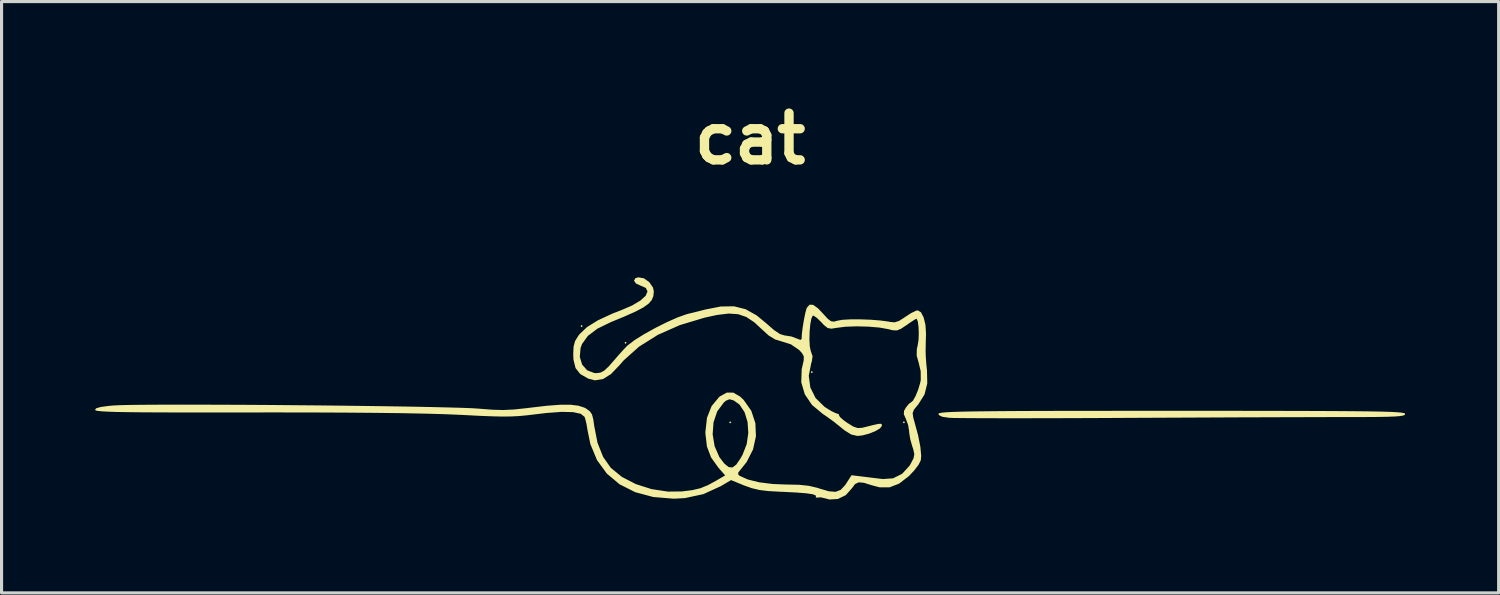
<source format=kicad_pcb>
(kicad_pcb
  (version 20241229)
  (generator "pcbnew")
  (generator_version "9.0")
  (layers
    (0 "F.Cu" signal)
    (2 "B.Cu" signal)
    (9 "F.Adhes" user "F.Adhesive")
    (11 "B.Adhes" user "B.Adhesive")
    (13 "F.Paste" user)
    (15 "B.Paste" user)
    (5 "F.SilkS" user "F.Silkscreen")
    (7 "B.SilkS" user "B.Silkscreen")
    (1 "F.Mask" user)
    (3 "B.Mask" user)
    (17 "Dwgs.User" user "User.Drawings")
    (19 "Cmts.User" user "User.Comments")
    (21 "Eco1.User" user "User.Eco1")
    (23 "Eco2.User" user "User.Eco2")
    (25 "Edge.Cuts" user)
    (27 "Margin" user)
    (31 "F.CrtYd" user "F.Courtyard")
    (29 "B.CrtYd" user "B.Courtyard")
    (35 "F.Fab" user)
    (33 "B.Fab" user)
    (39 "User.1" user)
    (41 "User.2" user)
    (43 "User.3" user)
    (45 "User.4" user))
  (footprint "cat"
    (layer "F.Cu")
    (at 21.032 1.404)
    (property "Reference" "cat" (at 0 0 0) (layer "F.SilkS") (effects (font (size 1.5 1.5) (thickness 0.3))))
    (attr board_only exclude_from_pos_files exclude_from_bom)
    (fp_poly (pts (xy -5.376 6.014) (xy -5.409 6.048) (xy -5.443 6.014) (xy -5.409 5.98)) (stroke (width 0) (type solid)) (fill yes) (layer "F.SilkS"))
    (fp_poly (pts (xy -3.965 6.552) (xy -3.998 6.585) (xy -4.032 6.552) (xy -3.998 6.518)) (stroke (width 0) (type solid)) (fill yes) (layer "F.SilkS"))
    (fp_poly (pts (xy -0.605 9.105) (xy -0.638 9.139) (xy -0.672 9.105) (xy -0.638 9.071)) (stroke (width 0) (type solid)) (fill yes) (layer "F.SilkS"))
    (fp_poly (pts (xy 2.016 7.492) (xy 1.982 7.526) (xy 1.949 7.492) (xy 1.982 7.459)) (stroke (width 0) (type solid)) (fill yes) (layer "F.SilkS"))
    (fp_poly (pts (xy 4.972 9.105) (xy 4.939 9.139) (xy 4.905 9.105) (xy 4.939 9.071)) (stroke (width 0) (type solid)) (fill yes) (layer "F.SilkS"))
    (fp_poly (pts (xy 14.714 8.736) (xy 15.76 8.736) (xy 16.687 8.737) (xy 17.5 8.739) (xy 18.208 8.741) (xy 18.816 8.744) (xy 19.333 8.748) (xy 19.766 8.752) (xy 20.121 8.758) (xy 20.405 8.765) (xy 20.626 8.773) (xy 20.791 8.783) (xy 20.907 8.794) (xy 20.981 8.806) (xy 21.021 8.82) (xy 21.032 8.836) (xy 21.032 8.836) (xy 21.018 8.865) (xy 20.966 8.888) (xy 20.863 8.905) (xy 20.695 8.918) (xy 20.45 8.927) (xy 20.113 8.933) (xy 19.672 8.936) (xy 19.113 8.937) (xy 18.966 8.937) (xy 18.548 8.937) (xy 18.011 8.939) (xy 17.375 8.94) (xy 16.654 8.943) (xy 15.866 8.945) (xy 15.027 8.949) (xy 14.155 8.953) (xy 13.266 8.957) (xy 12.377 8.961) (xy 11.826 8.964) (xy 11.003 8.968) (xy 10.212 8.971) (xy 9.464 8.973) (xy 8.772 8.974) (xy 8.145 8.974) (xy 7.596 8.973) (xy 7.136 8.971) (xy 6.776 8.968) (xy 6.527 8.965) (xy 6.401 8.96) (xy 6.4 8.96) (xy 6.172 8.927) (xy 6.063 8.873) (xy 6.048 8.833) (xy 6.061 8.817) (xy 6.106 8.804) (xy 6.189 8.792) (xy 6.318 8.781) (xy 6.499 8.772) (xy 6.739 8.764) (xy 7.046 8.757) (xy 7.427 8.752) (xy 7.888 8.747) (xy 8.437 8.743) (xy 9.081 8.74) (xy 9.826 8.738) (xy 10.679 8.737) (xy 11.649 8.736) (xy 12.741 8.736) (xy 13.54 8.735)) (stroke (width 0) (type solid)) (fill yes) (layer "F.SilkS"))
    (fp_poly (pts (xy -3.408 4.482) (xy -3.236 4.605) (xy -3.118 4.778) (xy -3.091 4.901) (xy -3.105 5.05) (xy -3.157 5.179) (xy -3.261 5.299) (xy -3.434 5.421) (xy -3.69 5.555) (xy -4.044 5.712) (xy -4.464 5.885) (xy -4.9 6.097) (xy -5.208 6.33) (xy -5.396 6.591) (xy -5.443 6.719) (xy -5.467 7.007) (xy -5.391 7.254) (xy -5.231 7.434) (xy -5.002 7.522) (xy -4.932 7.526) (xy -4.802 7.509) (xy -4.681 7.444) (xy -4.537 7.309) (xy -4.39 7.141) (xy -4.211 6.934) (xy -4.048 6.754) (xy -3.935 6.638) (xy -3.931 6.635) (xy -3.71 6.467) (xy -3.403 6.275) (xy -3.046 6.077) (xy -2.677 5.892) (xy -2.33 5.738) (xy -2.042 5.635) (xy -1.949 5.611) (xy -1.833 5.584) (xy -1.634 5.534) (xy -1.435 5.483) (xy -0.939 5.386) (xy -0.518 5.38) (xy -0.145 5.473) (xy 0.21 5.671) (xy 0.51 5.918) (xy 0.765 6.14) (xy 0.957 6.269) (xy 1.104 6.316) (xy 1.124 6.317) (xy 1.328 6.35) (xy 1.486 6.409) (xy 1.619 6.46) (xy 1.655 6.425) (xy 1.661 6.281) (xy 1.688 6.062) (xy 1.728 5.817) (xy 1.772 5.596) (xy 1.814 5.447) (xy 1.823 5.426) (xy 1.911 5.328) (xy 2.025 5.333) (xy 2.181 5.446) (xy 2.337 5.61) (xy 2.49 5.777) (xy 2.596 5.859) (xy 2.69 5.873) (xy 2.808 5.841) (xy 2.97 5.813) (xy 3.228 5.799) (xy 3.542 5.799) (xy 3.874 5.811) (xy 4.186 5.836) (xy 4.439 5.87) (xy 4.483 5.88) (xy 4.637 5.895) (xy 4.782 5.85) (xy 4.969 5.73) (xy 4.984 5.719) (xy 5.168 5.599) (xy 5.324 5.524) (xy 5.384 5.51) (xy 5.487 5.572) (xy 5.572 5.737) (xy 5.63 5.974) (xy 5.648 6.252) (xy 5.648 6.266) (xy 5.641 6.515) (xy 5.636 6.755) (xy 5.635 6.787) (xy 5.64 6.986) (xy 5.659 7.249) (xy 5.679 7.432) (xy 5.689 7.856) (xy 5.6 8.211) (xy 5.403 8.525) (xy 5.373 8.56) (xy 5.26 8.7) (xy 5.219 8.81) (xy 5.238 8.951) (xy 5.273 9.075) (xy 5.393 9.517) (xy 5.467 9.892) (xy 5.494 10.18) (xy 5.481 10.324) (xy 5.408 10.469) (xy 5.264 10.657) (xy 5.098 10.832) (xy 4.784 11.074) (xy 4.477 11.192) (xy 4.153 11.191) (xy 3.906 11.125) (xy 3.652 11.046) (xy 3.485 11.032) (xy 3.369 11.088) (xy 3.271 11.22) (xy 3.27 11.221) (xy 3.073 11.442) (xy 2.819 11.567) (xy 2.544 11.582) (xy 2.423 11.549) (xy 2.265 11.513) (xy 2.168 11.521) (xy 2.108 11.52) (xy 2.115 11.493) (xy 2.104 11.449) (xy 2.004 11.413) (xy 1.804 11.384) (xy 1.494 11.359) (xy 1.062 11.337) (xy 0.974 11.334) (xy 0.594 11.313) (xy 0.305 11.278) (xy 0.064 11.222) (xy -0.174 11.138) (xy -0.188 11.133) (xy -0.611 10.96) (xy -0.941 11.155) (xy -1.498 11.41) (xy -2.093 11.538) (xy -2.448 11.557) (xy -3.108 11.503) (xy -3.69 11.347) (xy -4.19 11.095) (xy -4.6 10.75) (xy -4.914 10.319) (xy -5.128 9.804) (xy -5.216 9.374) (xy -5.253 9.155) (xy -5.296 8.981) (xy -5.316 8.928) (xy -5.437 8.831) (xy -5.68 8.778) (xy -6.045 8.769) (xy -6.535 8.805) (xy -6.833 8.84) (xy -7.13 8.876) (xy -7.394 8.902) (xy -7.653 8.916) (xy -7.934 8.92) (xy -8.263 8.913) (xy -8.669 8.897) (xy -9.176 8.871) (xy -9.273 8.866) (xy -9.765 8.845) (xy -10.39 8.827) (xy -11.146 8.812) (xy -12.031 8.801) (xy -13.044 8.793) (xy -14.183 8.788) (xy -15.447 8.787) (xy -15.942 8.788) (xy -16.91 8.789) (xy -17.751 8.789) (xy -18.475 8.788) (xy -19.089 8.786) (xy -19.601 8.783) (xy -20.02 8.778) (xy -20.353 8.772) (xy -20.61 8.763) (xy -20.798 8.753) (xy -20.925 8.741) (xy -21 8.727) (xy -21.03 8.71) (xy -21.032 8.704) (xy -20.989 8.653) (xy -20.847 8.612) (xy -20.593 8.578) (xy -20.449 8.565) (xy -20.253 8.555) (xy -19.936 8.547) (xy -19.512 8.542) (xy -18.992 8.539) (xy -18.392 8.537) (xy -17.724 8.538) (xy -17.002 8.54) (xy -16.238 8.543) (xy -15.446 8.548) (xy -14.64 8.555) (xy -13.833 8.562) (xy -13.038 8.571) (xy -12.268 8.581) (xy -11.538 8.591) (xy -10.859 8.602) (xy -10.245 8.614) (xy -9.711 8.627) (xy -9.268 8.639) (xy -8.93 8.652) (xy -8.712 8.666) (xy -8.697 8.667) (xy -8.278 8.7) (xy -7.93 8.71) (xy -7.592 8.694) (xy -7.202 8.653) (xy -7.087 8.639) (xy -6.537 8.574) (xy -6.101 8.541) (xy -5.763 8.54) (xy -5.507 8.572) (xy -5.316 8.635) (xy -5.265 8.663) (xy -5.146 8.749) (xy -5.075 8.852) (xy -5.033 9.015) (xy -5.005 9.217) (xy -4.899 9.76) (xy -4.718 10.216) (xy -4.472 10.566) (xy -4.116 10.857) (xy -3.669 11.088) (xy -3.165 11.249) (xy -2.638 11.329) (xy -2.192 11.324) (xy -1.856 11.282) (xy -1.596 11.221) (xy -1.354 11.122) (xy -1.089 10.978) (xy -0.8 10.809) (xy -1.013 10.567) (xy -1.252 10.234) (xy -1.386 9.881) (xy -1.431 9.489) (xy -1.202 9.489) (xy -1.139 9.872) (xy -0.985 10.223) (xy -0.828 10.428) (xy -0.689 10.541) (xy -0.567 10.556) (xy -0.445 10.464) (xy -0.304 10.257) (xy -0.242 10.147) (xy -0.109 9.805) (xy -0.057 9.445) (xy -0.081 9.093) (xy -0.177 8.78) (xy -0.34 8.535) (xy -0.522 8.404) (xy -0.659 8.364) (xy -0.774 8.41) (xy -0.846 8.472) (xy -1.056 8.756) (xy -1.174 9.106) (xy -1.202 9.489) (xy -1.431 9.489) (xy -1.434 9.461) (xy -1.434 9.407) (xy -1.384 8.96) (xy -1.236 8.584) (xy -0.996 8.295) (xy -0.967 8.271) (xy -0.747 8.15) (xy -0.537 8.152) (xy -0.319 8.279) (xy -0.205 8.387) (xy 0.039 8.736) (xy 0.17 9.132) (xy 0.188 9.553) (xy 0.095 9.975) (xy -0.109 10.377) (xy -0.29 10.604) (xy -0.381 10.718) (xy -0.378 10.786) (xy -0.334 10.823) (xy -0.073 10.94) (xy 0.29 11.03) (xy 0.725 11.085) (xy 1.172 11.102) (xy 1.572 11.11) (xy 1.884 11.143) (xy 2.152 11.206) (xy 2.231 11.232) (xy 2.532 11.32) (xy 2.747 11.336) (xy 2.909 11.273) (xy 3.047 11.126) (xy 3.09 11.063) (xy 3.257 10.804) (xy 3.628 10.849) (xy 3.897 10.882) (xy 4.162 10.914) (xy 4.267 10.926) (xy 4.591 10.903) (xy 4.882 10.757) (xy 5.117 10.501) (xy 5.157 10.434) (xy 5.248 10.258) (xy 5.273 10.127) (xy 5.24 9.974) (xy 5.208 9.878) (xy 5.144 9.653) (xy 5.109 9.443) (xy 5.107 9.396) (xy 5.075 9.193) (xy 5.002 8.996) (xy 4.936 8.845) (xy 4.943 8.737) (xy 5.003 8.63) (xy 5.097 8.512) (xy 5.163 8.467) (xy 5.231 8.408) (xy 5.314 8.259) (xy 5.396 8.057) (xy 5.46 7.843) (xy 5.48 7.743) (xy 5.477 7.46) (xy 5.414 7.198) (xy 5.349 6.963) (xy 5.353 6.758) (xy 5.381 6.631) (xy 5.408 6.461) (xy 5.416 6.25) (xy 5.408 6.039) (xy 5.385 5.87) (xy 5.35 5.783) (xy 5.34 5.779) (xy 5.274 5.814) (xy 5.135 5.905) (xy 5.019 5.986) (xy 4.84 6.105) (xy 4.711 6.155) (xy 4.575 6.148) (xy 4.429 6.112) (xy 4.156 6.063) (xy 3.802 6.033) (xy 3.419 6.023) (xy 3.06 6.036) (xy 2.78 6.072) (xy 2.606 6.099) (xy 2.488 6.076) (xy 2.371 5.982) (xy 2.284 5.889) (xy 2.147 5.755) (xy 2.044 5.683) (xy 2.013 5.68) (xy 1.968 5.771) (xy 1.933 5.956) (xy 1.911 6.193) (xy 1.905 6.443) (xy 1.916 6.663) (xy 1.947 6.814) (xy 1.954 6.83) (xy 2.006 6.985) (xy 1.98 7.158) (xy 1.961 7.214) (xy 1.884 7.609) (xy 1.934 7.986) (xy 2.103 8.325) (xy 2.387 8.604) (xy 2.43 8.634) (xy 2.611 8.744) (xy 2.754 8.813) (xy 2.801 8.825) (xy 2.858 8.855) (xy 2.853 8.875) (xy 2.887 8.936) (xy 3.006 9.04) (xy 3.125 9.125) (xy 3.316 9.242) (xy 3.456 9.289) (xy 3.599 9.28) (xy 3.68 9.261) (xy 3.948 9.193) (xy 4.111 9.157) (xy 4.196 9.151) (xy 4.228 9.172) (xy 4.233 9.215) (xy 4.173 9.297) (xy 4.022 9.388) (xy 3.817 9.47) (xy 3.601 9.526) (xy 3.447 9.542) (xy 3.248 9.497) (xy 3.021 9.355) (xy 2.938 9.286) (xy 2.705 9.098) (xy 2.448 8.911) (xy 2.336 8.837) (xy 1.989 8.549) (xy 1.756 8.205) (xy 1.643 7.819) (xy 1.656 7.405) (xy 1.678 7.307) (xy 1.723 7.108) (xy 1.723 6.984) (xy 1.665 6.881) (xy 1.577 6.784) (xy 1.311 6.602) (xy 1.048 6.518) (xy 0.804 6.444) (xy 0.596 6.317) (xy 0.403 6.141) (xy 0.131 5.89) (xy -0.122 5.723) (xy -0.385 5.633) (xy -0.689 5.613) (xy -1.061 5.658) (xy -1.462 5.745) (xy -2.256 5.984) (xy -2.96 6.296) (xy -3.564 6.675) (xy -4.058 7.116) (xy -4.193 7.271) (xy -4.467 7.557) (xy -4.725 7.717) (xy -4.98 7.757) (xy -5.2 7.7) (xy -5.453 7.555) (xy -5.604 7.362) (xy -5.671 7.092) (xy -5.678 6.92) (xy -5.667 6.672) (xy -5.619 6.496) (xy -5.516 6.329) (xy -5.472 6.272) (xy -5.236 6.048) (xy -4.886 5.83) (xy -4.415 5.612) (xy -4.133 5.503) (xy -3.789 5.355) (xy -3.522 5.196) (xy -3.351 5.04) (xy -3.293 4.904) (xy -3.348 4.79) (xy -3.511 4.718) (xy -3.665 4.647) (xy -3.726 4.557) (xy -3.684 4.479) (xy -3.591 4.449)) (stroke (width 0) (type solid)) (fill yes) (layer "F.SilkS")))
  (gr_rect
    (start -3 -3)
    (end 45.065 15.986)
    (stroke (width 0.1) (type default))
    (fill no)
    (layer "Edge.Cuts")))
</source>
